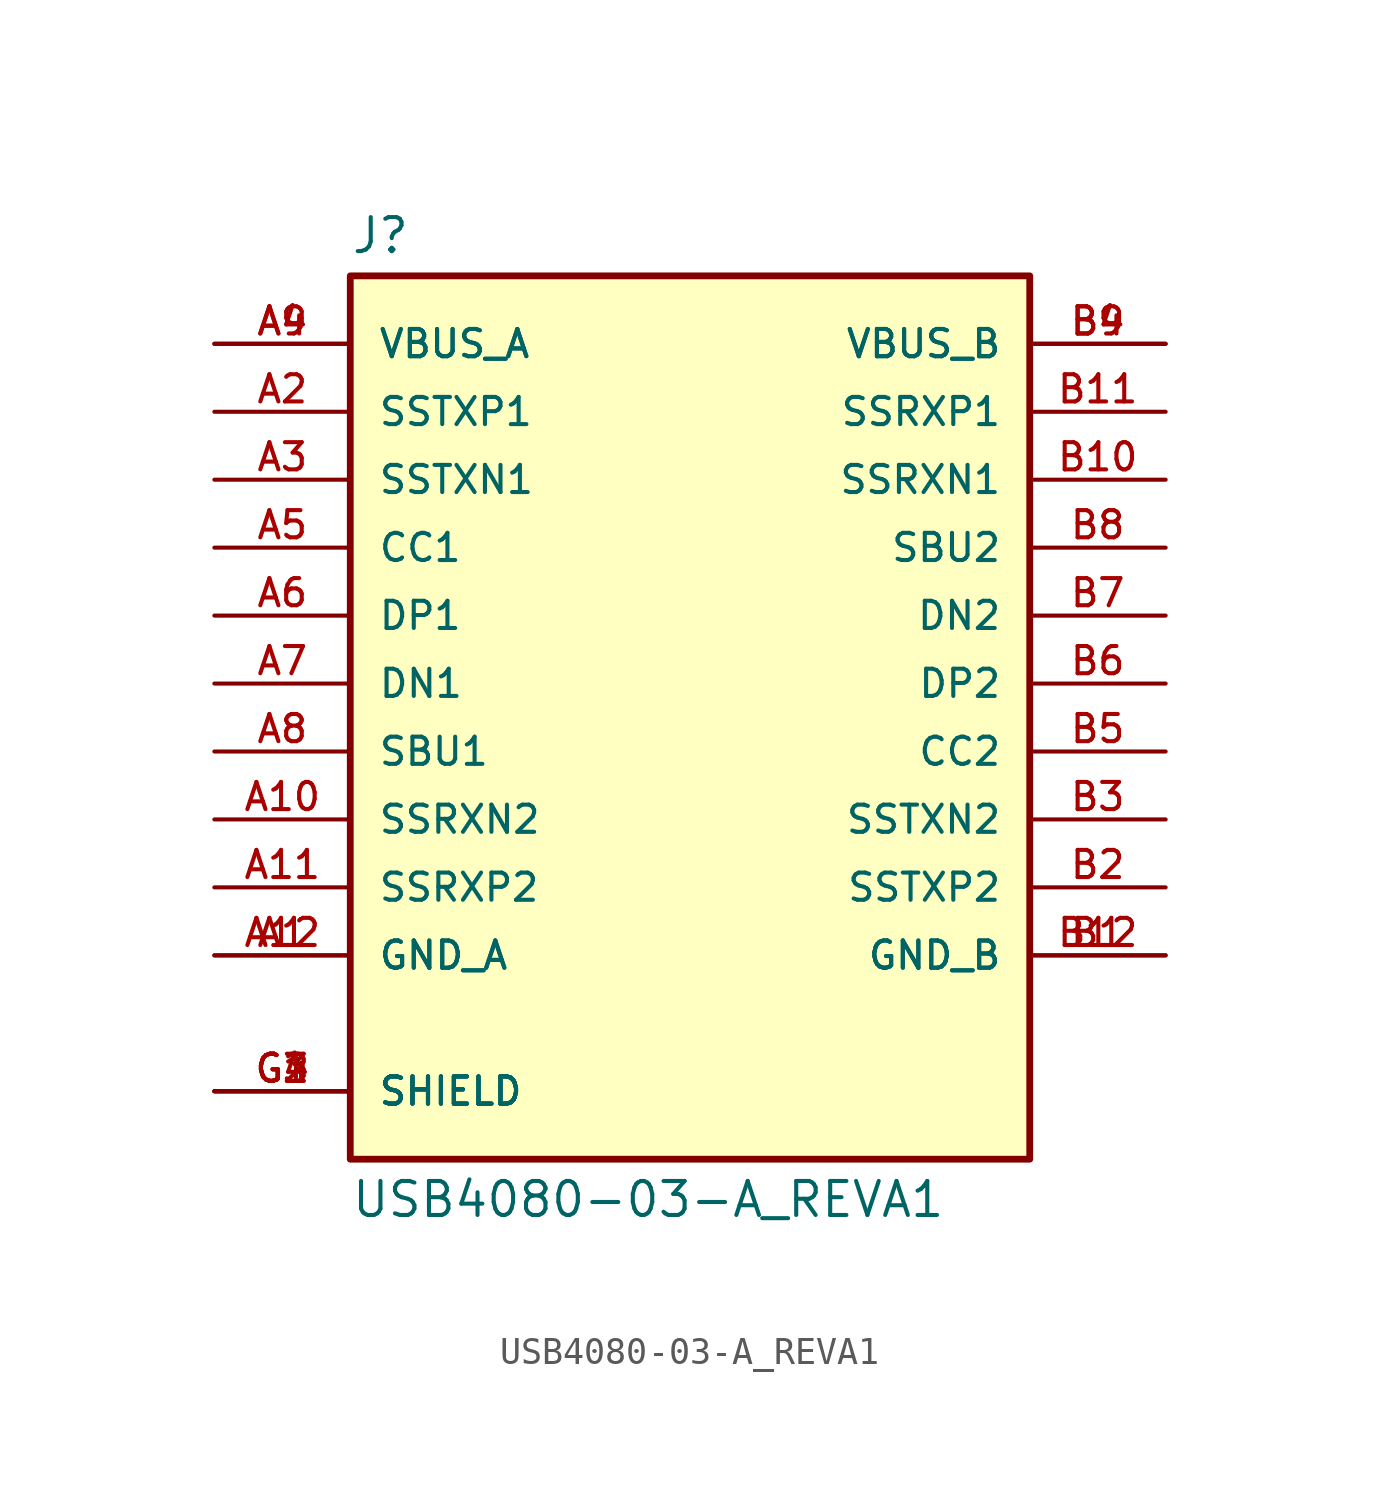
<source format=kicad_sym>
(kicad_symbol_lib
  (version 20231120)
  (generator "kicad_symbol_editor")
  (generator_version "8.0")
  (symbol "USB4080-03-A_REVA1"
    (pin_names
      (offset 1.016))
    (property "Reference" "J"
      (at -12.7 16.002 0)
      (effects (font (size 1.27 1.27)) (justify left bottom)))
    (property "Value" "USB4080-03-A_REVA1"
      (at -12.7 -18.542 0)
      (effects (font (size 1.27 1.27)) (justify left top)))
    (symbol "USB4080-03-A_REVA1_0_0"
      (rectangle (start -12.7 -17.78) (end 12.7 15.24) (stroke (width 0.254) (type default)) (fill (type background)))
      (pin power_in line (at -17.78 -10.16 0) (length 5.08) (name "GND_A" (effects (font (size 1.016 1.016)))) (number "A1" (effects (font (size 1.016 1.016)))))
      (pin bidirectional line (at -17.78 -5.08 0) (length 5.08) (name "SSRXN2" (effects (font (size 1.016 1.016)))) (number "A10" (effects (font (size 1.016 1.016)))))
      (pin bidirectional line (at -17.78 -7.62 0) (length 5.08) (name "SSRXP2" (effects (font (size 1.016 1.016)))) (number "A11" (effects (font (size 1.016 1.016)))))
      (pin power_in line (at -17.78 -10.16 0) (length 5.08) (name "GND_A" (effects (font (size 1.016 1.016)))) (number "A12" (effects (font (size 1.016 1.016)))))
      (pin bidirectional line (at -17.78 10.16 0) (length 5.08) (name "SSTXP1" (effects (font (size 1.016 1.016)))) (number "A2" (effects (font (size 1.016 1.016)))))
      (pin bidirectional line (at -17.78 7.62 0) (length 5.08) (name "SSTXN1" (effects (font (size 1.016 1.016)))) (number "A3" (effects (font (size 1.016 1.016)))))
      (pin power_in line (at -17.78 12.7 0) (length 5.08) (name "VBUS_A" (effects (font (size 1.016 1.016)))) (number "A4" (effects (font (size 1.016 1.016)))))
      (pin bidirectional line (at -17.78 5.08 0) (length 5.08) (name "CC1" (effects (font (size 1.016 1.016)))) (number "A5" (effects (font (size 1.016 1.016)))))
      (pin bidirectional line (at -17.78 2.54 0) (length 5.08) (name "DP1" (effects (font (size 1.016 1.016)))) (number "A6" (effects (font (size 1.016 1.016)))))
      (pin bidirectional line (at -17.78 0 0) (length 5.08) (name "DN1" (effects (font (size 1.016 1.016)))) (number "A7" (effects (font (size 1.016 1.016)))))
      (pin bidirectional line (at -17.78 -2.54 0) (length 5.08) (name "SBU1" (effects (font (size 1.016 1.016)))) (number "A8" (effects (font (size 1.016 1.016)))))
      (pin power_in line (at -17.78 12.7 0) (length 5.08) (name "VBUS_A" (effects (font (size 1.016 1.016)))) (number "A9" (effects (font (size 1.016 1.016)))))
      (pin power_in line (at 17.78 -10.16 180) (length 5.08) (name "GND_B" (effects (font (size 1.016 1.016)))) (number "B1" (effects (font (size 1.016 1.016)))))
      (pin bidirectional line (at 17.78 7.62 180) (length 5.08) (name "SSRXN1" (effects (font (size 1.016 1.016)))) (number "B10" (effects (font (size 1.016 1.016)))))
      (pin bidirectional line (at 17.78 10.16 180) (length 5.08) (name "SSRXP1" (effects (font (size 1.016 1.016)))) (number "B11" (effects (font (size 1.016 1.016)))))
      (pin power_in line (at 17.78 -10.16 180) (length 5.08) (name "GND_B" (effects (font (size 1.016 1.016)))) (number "B12" (effects (font (size 1.016 1.016)))))
      (pin bidirectional line (at 17.78 -7.62 180) (length 5.08) (name "SSTXP2" (effects (font (size 1.016 1.016)))) (number "B2" (effects (font (size 1.016 1.016)))))
      (pin bidirectional line (at 17.78 -5.08 180) (length 5.08) (name "SSTXN2" (effects (font (size 1.016 1.016)))) (number "B3" (effects (font (size 1.016 1.016)))))
      (pin power_in line (at 17.78 12.7 180) (length 5.08) (name "VBUS_B" (effects (font (size 1.016 1.016)))) (number "B4" (effects (font (size 1.016 1.016)))))
      (pin bidirectional line (at 17.78 -2.54 180) (length 5.08) (name "CC2" (effects (font (size 1.016 1.016)))) (number "B5" (effects (font (size 1.016 1.016)))))
      (pin bidirectional line (at 17.78 0 180) (length 5.08) (name "DP2" (effects (font (size 1.016 1.016)))) (number "B6" (effects (font (size 1.016 1.016)))))
      (pin bidirectional line (at 17.78 2.54 180) (length 5.08) (name "DN2" (effects (font (size 1.016 1.016)))) (number "B7" (effects (font (size 1.016 1.016)))))
      (pin bidirectional line (at 17.78 5.08 180) (length 5.08) (name "SBU2" (effects (font (size 1.016 1.016)))) (number "B8" (effects (font (size 1.016 1.016)))))
      (pin power_in line (at 17.78 12.7 180) (length 5.08) (name "VBUS_B" (effects (font (size 1.016 1.016)))) (number "B9" (effects (font (size 1.016 1.016)))))
      (pin passive line (at -17.78 -15.24 0) (length 5.08) (name "SHIELD" (effects (font (size 1.016 1.016)))) (number "G1" (effects (font (size 1.016 1.016)))))
      (pin passive line (at -17.78 -15.24 0) (length 5.08) (name "SHIELD" (effects (font (size 1.016 1.016)))) (number "G2" (effects (font (size 1.016 1.016)))))
      (pin passive line (at -17.78 -15.24 0) (length 5.08) (name "SHIELD" (effects (font (size 1.016 1.016)))) (number "G3" (effects (font (size 1.016 1.016)))))
      (pin passive line (at -17.78 -15.24 0) (length 5.08) (name "SHIELD" (effects (font (size 1.016 1.016)))) (number "G4" (effects (font (size 1.016 1.016))))))))
</source>
